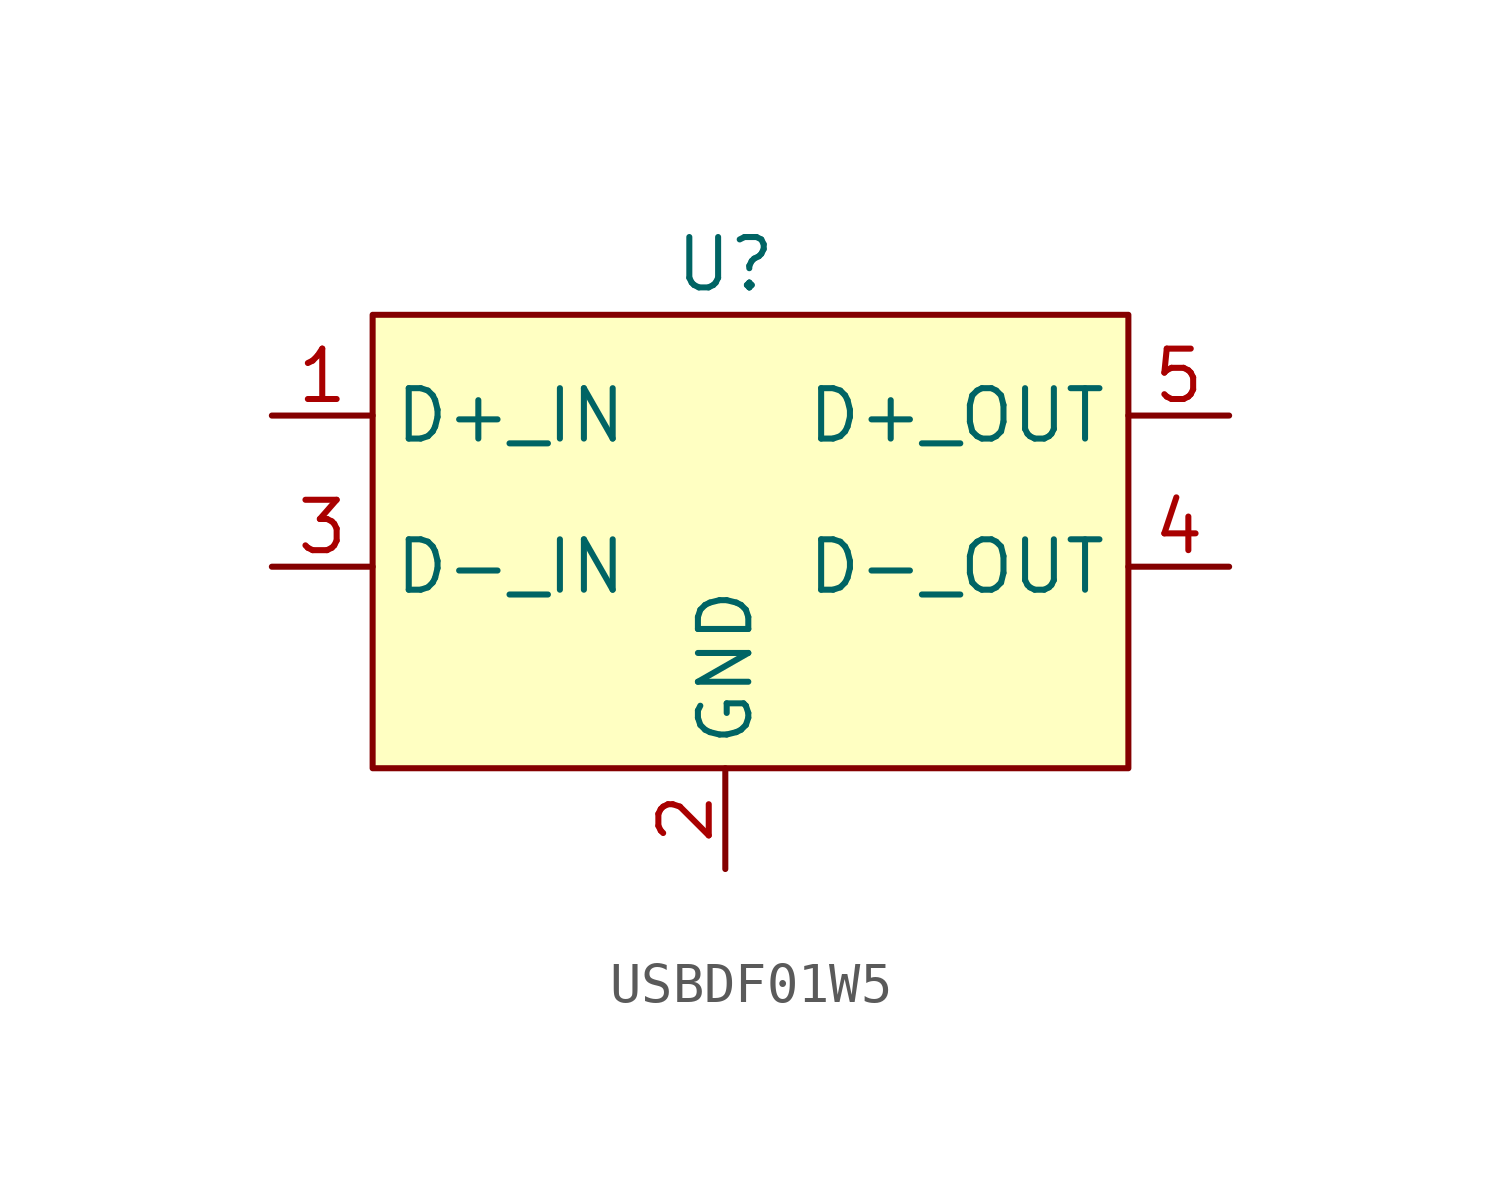
<source format=kicad_sym>
(kicad_symbol_lib
  (version 20220914)
  (generator kicad_symbol_editor)
  (symbol "USBDF01W5"
    (property "Reference" "U"
      (at 0 6.35 0)
      (effects (font (size 1.27 1.27))))
    (property "Value" ""
      (at -5.08 6.35 0)
      (effects (font (size 1.27 1.27))))
    (symbol "USBDF01W5_1_1"
      (rectangle (start -8.89 5.08) (end 10.16 -6.35) (stroke (width 0) (type default)) (fill (type background)))
      (pin input line (at -11.43 2.54 0) (length 2.54) (name "D+_IN" (effects (font (size 1.27 1.27)))) (number "1" (effects (font (size 1.27 1.27)))))
      (pin input line (at 0 -8.89 90) (length 2.54) (name "GND" (effects (font (size 1.27 1.27)))) (number "2" (effects (font (size 1.27 1.27)))))
      (pin input line (at -11.43 -1.27 0) (length 2.54) (name "D-_IN" (effects (font (size 1.27 1.27)))) (number "3" (effects (font (size 1.27 1.27)))))
      (pin output line (at 12.7 -1.27 180) (length 2.54) (name "D-_OUT" (effects (font (size 1.27 1.27)))) (number "4" (effects (font (size 1.27 1.27)))))
      (pin output line (at 12.7 2.54 180) (length 2.54) (name "D+_OUT" (effects (font (size 1.27 1.27)))) (number "5" (effects (font (size 1.27 1.27))))))))
</source>
